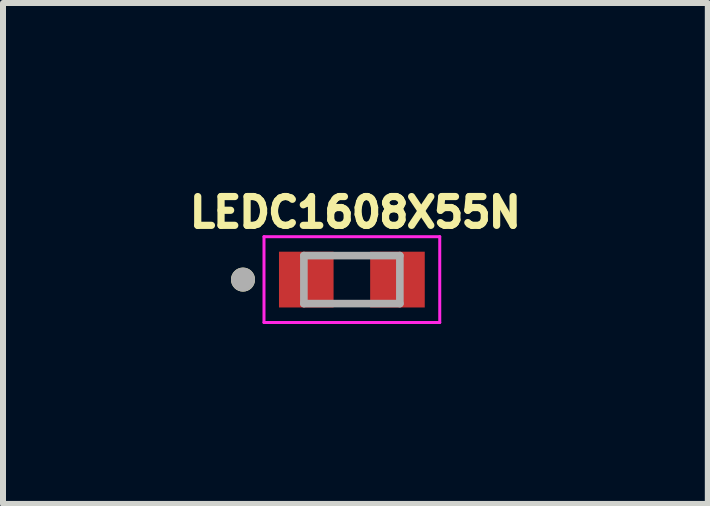
<source format=kicad_pcb>
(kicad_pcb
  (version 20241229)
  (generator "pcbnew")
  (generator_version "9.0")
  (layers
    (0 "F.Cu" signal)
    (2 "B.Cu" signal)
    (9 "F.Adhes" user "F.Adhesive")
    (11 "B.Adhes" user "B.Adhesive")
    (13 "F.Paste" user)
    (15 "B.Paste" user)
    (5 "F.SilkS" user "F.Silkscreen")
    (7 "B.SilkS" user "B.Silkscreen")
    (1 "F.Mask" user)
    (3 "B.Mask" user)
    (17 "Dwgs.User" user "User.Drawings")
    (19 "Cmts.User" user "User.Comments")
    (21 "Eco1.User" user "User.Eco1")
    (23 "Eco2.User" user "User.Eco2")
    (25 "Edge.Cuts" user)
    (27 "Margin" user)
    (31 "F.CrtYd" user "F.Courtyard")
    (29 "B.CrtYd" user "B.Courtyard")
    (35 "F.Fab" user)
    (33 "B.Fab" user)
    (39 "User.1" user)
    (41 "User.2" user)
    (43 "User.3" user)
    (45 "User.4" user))
  (footprint "LEDC1608X55N"
    (layer "F.Cu")
    (at 2.816 1.611)
    (property "Reference" "LEDC1608X55N" (at 0.059 -1.12 0) (layer "F.SilkS") (effects (font (size 0.48 0.48) (thickness 0.15))))
    (attr through_hole)
    (fp_circle (center -1.815 0) (end -1.715 0) (stroke (width 0.2) (type solid)) (fill no) (layer "F.SilkS"))
    (fp_line (start -1.465 -0.715) (end -1.465 0.715) (stroke (width 0.05) (type solid)) (layer "F.CrtYd"))
    (fp_line (start -1.465 0.715) (end 1.465 0.715) (stroke (width 0.05) (type solid)) (layer "F.CrtYd"))
    (fp_line (start 1.465 -0.715) (end -1.465 -0.715) (stroke (width 0.05) (type solid)) (layer "F.CrtYd"))
    (fp_line (start 1.465 0.715) (end 1.465 -0.715) (stroke (width 0.05) (type solid)) (layer "F.CrtYd"))
    (fp_line (start -0.8 -0.4) (end -0.8 0.4) (stroke (width 0.127) (type solid)) (layer "F.Fab"))
    (fp_line (start -0.8 0.4) (end 0.8 0.4) (stroke (width 0.127) (type solid)) (layer "F.Fab"))
    (fp_line (start 0.8 -0.4) (end -0.8 -0.4) (stroke (width 0.127) (type solid)) (layer "F.Fab"))
    (fp_line (start 0.8 0.4) (end 0.8 -0.4) (stroke (width 0.127) (type solid)) (layer "F.Fab"))
    (fp_circle (center -1.815 0) (end -1.715 0) (stroke (width 0.2) (type solid)) (fill no) (layer "F.Fab"))
    (pad "A" smd rect (at 0.76 0) (size 0.91 0.93) (layers "F.Cu" "F.Mask" "F.Paste"))
    (pad "C" smd rect (at -0.76 0) (size 0.91 0.93) (layers "F.Cu" "F.Mask" "F.Paste")))
  (gr_rect
    (start -3 -3)
    (end 8.75 5.351)
    (stroke (width 0.1) (type default))
    (fill no)
    (layer "Edge.Cuts")))
</source>
